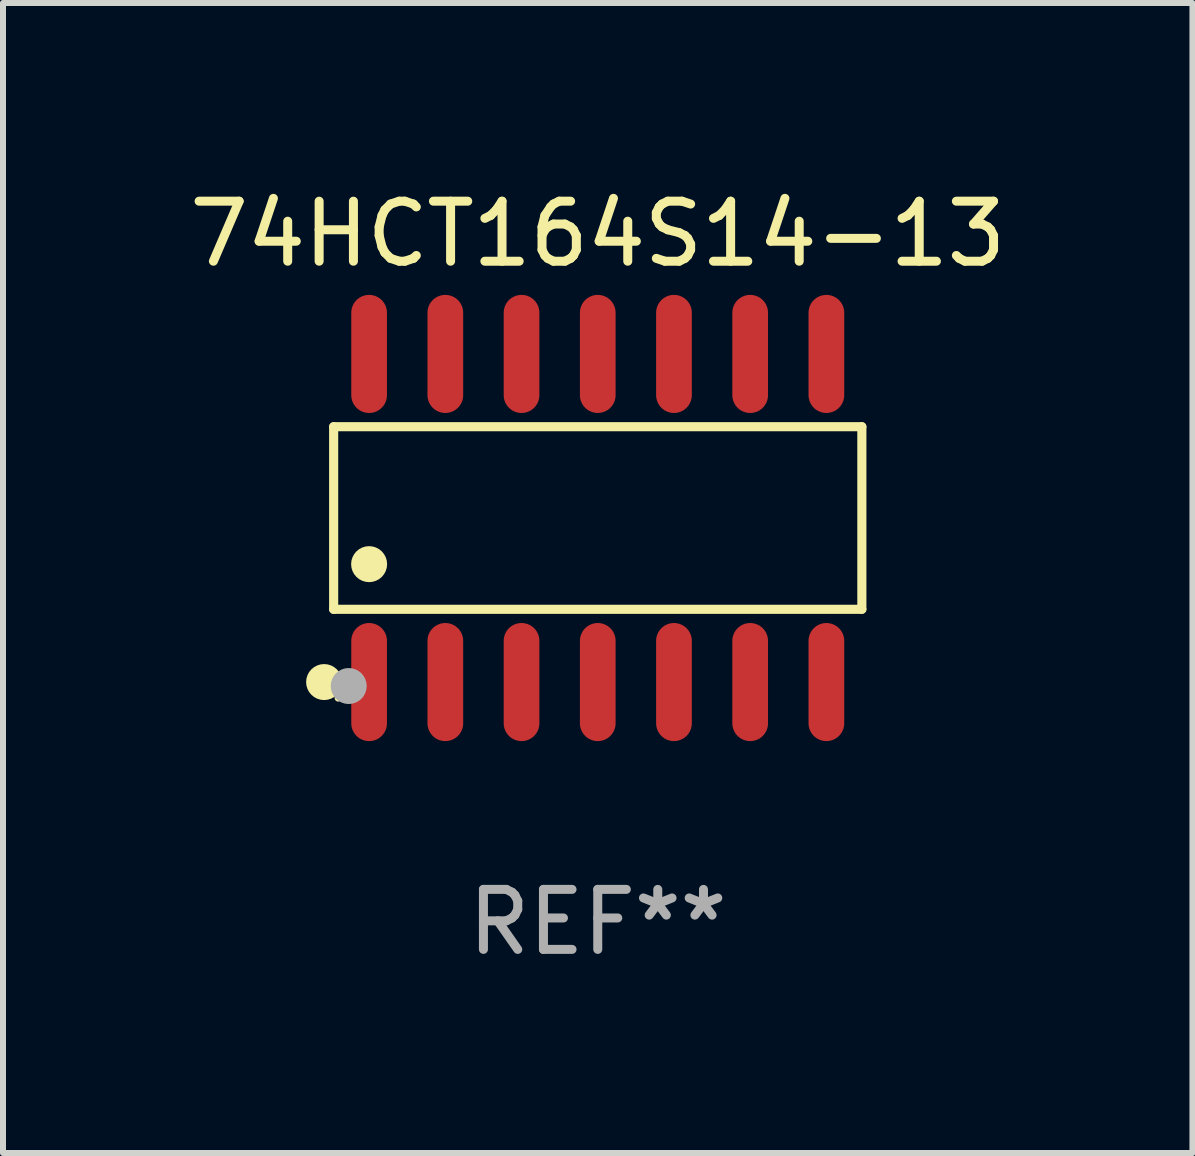
<source format=kicad_pcb>
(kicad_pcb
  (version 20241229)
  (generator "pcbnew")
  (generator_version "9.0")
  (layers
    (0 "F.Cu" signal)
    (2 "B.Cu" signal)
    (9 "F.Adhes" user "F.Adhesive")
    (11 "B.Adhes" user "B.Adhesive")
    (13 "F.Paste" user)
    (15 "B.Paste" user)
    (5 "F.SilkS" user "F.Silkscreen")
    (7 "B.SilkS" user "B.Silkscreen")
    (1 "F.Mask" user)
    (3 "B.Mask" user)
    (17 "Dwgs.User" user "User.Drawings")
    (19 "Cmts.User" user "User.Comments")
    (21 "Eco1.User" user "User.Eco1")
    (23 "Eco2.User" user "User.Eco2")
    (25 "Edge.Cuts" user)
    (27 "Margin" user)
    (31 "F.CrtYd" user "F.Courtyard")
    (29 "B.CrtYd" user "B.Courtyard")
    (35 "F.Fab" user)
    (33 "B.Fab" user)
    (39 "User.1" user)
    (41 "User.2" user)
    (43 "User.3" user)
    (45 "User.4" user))
  (footprint "74HCT164S14-13"
    (layer "F.Cu")
    (at 6.911 5.582)
    (property "Reference" "74HCT164S14-13" (at 0 -4.734 0) (layer "F.SilkS") (effects (font (size 1 1) (thickness 0.15))))
    (attr through_hole)
    (fp_line (start -4.401 -1.521) (end 4.401 -1.521) (stroke (width 0.152) (type solid)) (layer "F.SilkS"))
    (fp_line (start -4.401 1.521) (end -4.401 -1.521) (stroke (width 0.152) (type solid)) (layer "F.SilkS"))
    (fp_line (start 4.401 -1.521) (end 4.401 1.521) (stroke (width 0.152) (type solid)) (layer "F.SilkS"))
    (fp_line (start 4.401 1.521) (end -4.401 1.521) (stroke (width 0.152) (type solid)) (layer "F.SilkS"))
    (fp_circle (center -4.56 2.734) (end -4.41 2.734) (stroke (width 0.3) (type solid)) (fill no) (layer "F.SilkS"))
    (fp_circle (center -4.325 3) (end -4.295 3) (stroke (width 0.06) (type solid)) (fill no) (layer "F.SilkS"))
    (fp_circle (center -3.81 0.769) (end -3.66 0.769) (stroke (width 0.3) (type solid)) (fill no) (layer "F.SilkS"))
    (fp_circle (center -4.15 2.8) (end -4 2.8) (stroke (width 0.3) (type solid)) (fill no) (layer "F.Fab"))
    (fp_text user "REF**" (at 0 6.734 0) (layer "F.Fab") (effects (font (size 1 1) (thickness 0.15))))
    (pad "1" smd oval (at -3.81 2.734) (size 0.595 1.968) (layers "F.Cu" "F.Mask" "F.Paste"))
    (pad "2" smd oval (at -2.54 2.734) (size 0.595 1.968) (layers "F.Cu" "F.Mask" "F.Paste"))
    (pad "3" smd oval (at -1.27 2.734) (size 0.595 1.968) (layers "F.Cu" "F.Mask" "F.Paste"))
    (pad "4" smd oval (at 0 2.734) (size 0.595 1.968) (layers "F.Cu" "F.Mask" "F.Paste"))
    (pad "5" smd oval (at 1.27 2.734) (size 0.595 1.968) (layers "F.Cu" "F.Mask" "F.Paste"))
    (pad "6" smd oval (at 2.54 2.734) (size 0.595 1.968) (layers "F.Cu" "F.Mask" "F.Paste"))
    (pad "7" smd oval (at 3.81 2.734) (size 0.595 1.968) (layers "F.Cu" "F.Mask" "F.Paste"))
    (pad "8" smd oval (at 3.81 -2.734) (size 0.595 1.968) (layers "F.Cu" "F.Mask" "F.Paste"))
    (pad "9" smd oval (at 2.54 -2.734) (size 0.595 1.968) (layers "F.Cu" "F.Mask" "F.Paste"))
    (pad "10" smd oval (at 1.27 -2.734) (size 0.595 1.968) (layers "F.Cu" "F.Mask" "F.Paste"))
    (pad "11" smd oval (at 0 -2.734) (size 0.595 1.968) (layers "F.Cu" "F.Mask" "F.Paste"))
    (pad "12" smd oval (at -1.27 -2.734) (size 0.595 1.968) (layers "F.Cu" "F.Mask" "F.Paste"))
    (pad "13" smd oval (at -2.54 -2.734) (size 0.595 1.968) (layers "F.Cu" "F.Mask" "F.Paste"))
    (pad "14" smd oval (at -3.81 -2.734) (size 0.595 1.968) (layers "F.Cu" "F.Mask" "F.Paste")))
  (gr_rect
    (start -3 -3)
    (end 16.821 16.164)
    (stroke (width 0.1) (type default))
    (fill no)
    (layer "Edge.Cuts")))
</source>
